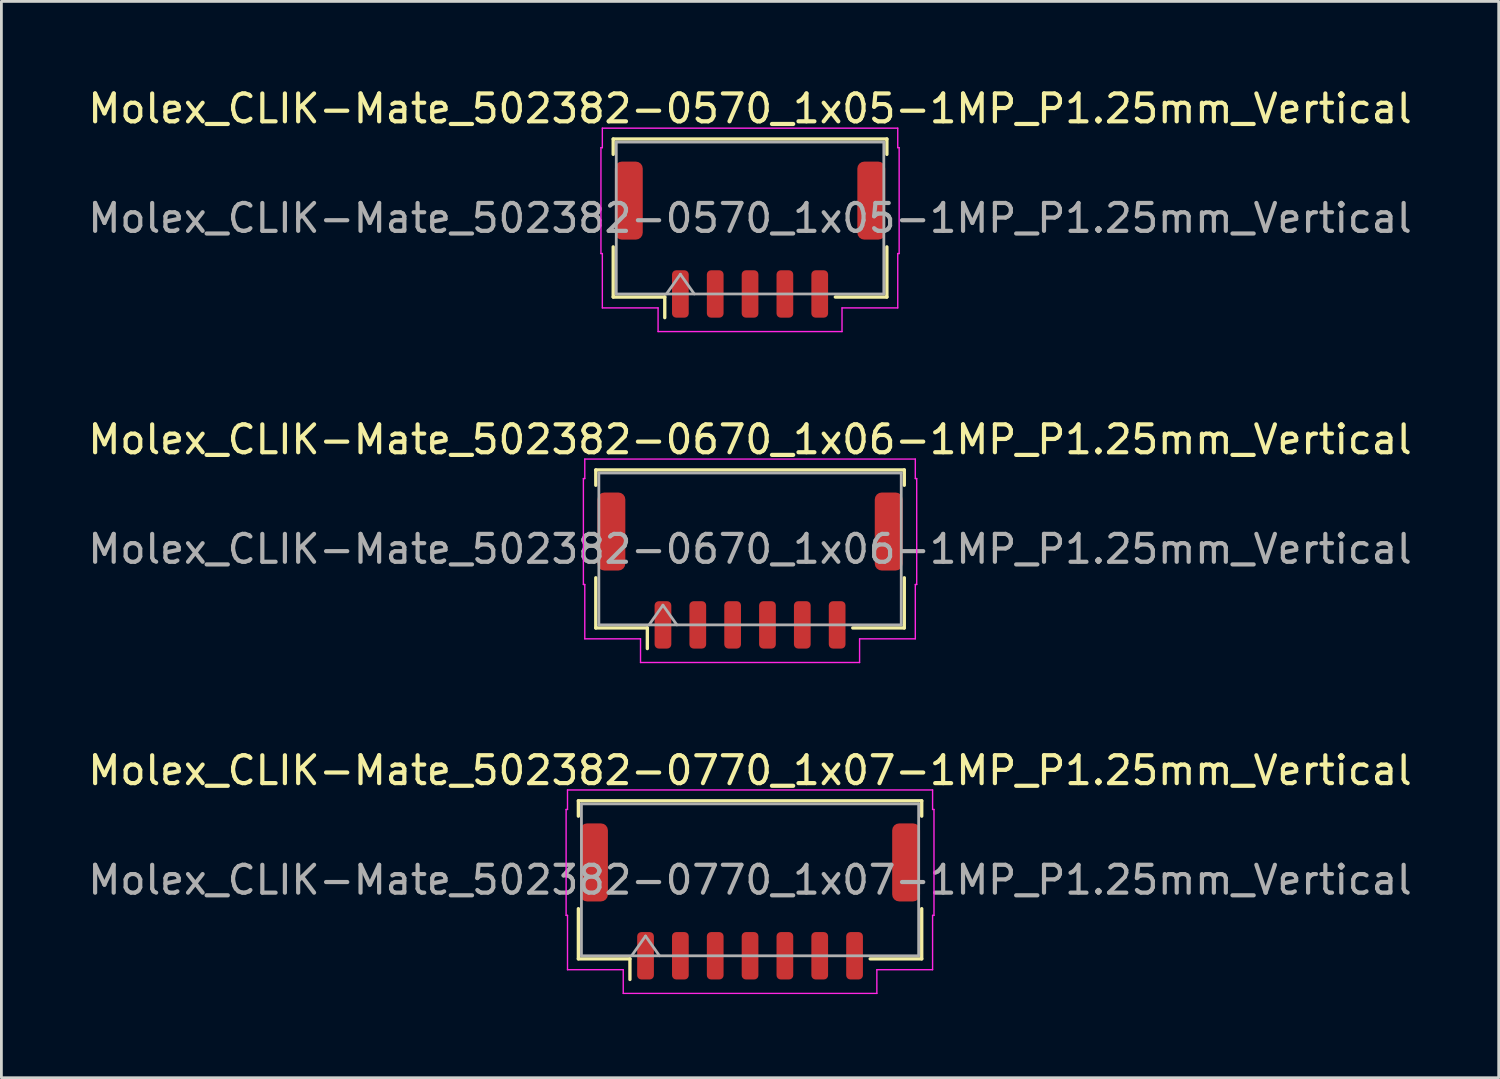
<source format=kicad_pcb>
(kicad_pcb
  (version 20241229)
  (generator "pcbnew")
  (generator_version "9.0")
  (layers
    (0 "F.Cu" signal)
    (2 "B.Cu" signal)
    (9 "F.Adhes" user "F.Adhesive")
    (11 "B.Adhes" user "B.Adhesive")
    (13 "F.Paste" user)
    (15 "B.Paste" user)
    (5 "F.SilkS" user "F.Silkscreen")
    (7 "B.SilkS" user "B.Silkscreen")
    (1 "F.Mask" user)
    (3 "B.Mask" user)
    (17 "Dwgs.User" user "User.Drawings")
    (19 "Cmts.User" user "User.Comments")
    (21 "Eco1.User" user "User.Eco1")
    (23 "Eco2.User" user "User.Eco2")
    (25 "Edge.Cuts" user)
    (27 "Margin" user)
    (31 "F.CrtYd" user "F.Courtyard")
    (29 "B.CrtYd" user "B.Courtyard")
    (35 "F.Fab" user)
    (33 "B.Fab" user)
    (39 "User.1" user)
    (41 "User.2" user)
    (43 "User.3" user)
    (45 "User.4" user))
  (footprint "Molex_CLIK-Mate_502382-0670_1x06-1MP_P1.25mm_Vertical"
    (layer "F.Cu")
    (at 23.863 17.422)
    (property "Reference" "Molex_CLIK-Mate_502382-0670_1x06-1MP_P1.25mm_Vertical" (at 0 -4.7 0) (layer "F.SilkS") (effects (font (size 1 1) (thickness 0.15))))
    (attr smd)
    (fp_line (start -5.535 -3.61) (end 5.535 -3.61) (stroke (width 0.12) (type solid)) (layer "F.SilkS"))
    (fp_line (start -5.535 -3.06) (end -5.535 -3.61) (stroke (width 0.12) (type solid)) (layer "F.SilkS"))
    (fp_line (start -5.535 0.26) (end -5.535 2.06) (stroke (width 0.12) (type solid)) (layer "F.SilkS"))
    (fp_line (start -5.535 2.06) (end -3.685 2.06) (stroke (width 0.12) (type solid)) (layer "F.SilkS"))
    (fp_line (start -3.685 2.06) (end -3.685 2.8) (stroke (width 0.12) (type solid)) (layer "F.SilkS"))
    (fp_line (start 5.535 -3.61) (end 5.535 -3.06) (stroke (width 0.12) (type solid)) (layer "F.SilkS"))
    (fp_line (start 5.535 0.26) (end 5.535 2.06) (stroke (width 0.12) (type solid)) (layer "F.SilkS"))
    (fp_line (start 5.535 2.06) (end 3.685 2.06) (stroke (width 0.12) (type solid)) (layer "F.SilkS"))
    (fp_line (start -5.98 -3.3) (end -5.93 -3.3) (stroke (width 0.05) (type solid)) (layer "F.CrtYd"))
    (fp_line (start -5.98 0.5) (end -5.98 -3.3) (stroke (width 0.05) (type solid)) (layer "F.CrtYd"))
    (fp_line (start -5.93 -4) (end 5.93 -4) (stroke (width 0.05) (type solid)) (layer "F.CrtYd"))
    (fp_line (start -5.93 -3.3) (end -5.93 -4) (stroke (width 0.05) (type solid)) (layer "F.CrtYd"))
    (fp_line (start -5.93 0.5) (end -5.98 0.5) (stroke (width 0.05) (type solid)) (layer "F.CrtYd"))
    (fp_line (start -5.93 2.45) (end -5.93 0.5) (stroke (width 0.05) (type solid)) (layer "F.CrtYd"))
    (fp_line (start -3.93 2.45) (end -5.93 2.45) (stroke (width 0.05) (type solid)) (layer "F.CrtYd"))
    (fp_line (start -3.93 3.3) (end -3.93 2.45) (stroke (width 0.05) (type solid)) (layer "F.CrtYd"))
    (fp_line (start 3.93 2.45) (end 3.93 3.3) (stroke (width 0.05) (type solid)) (layer "F.CrtYd"))
    (fp_line (start 3.93 3.3) (end -3.93 3.3) (stroke (width 0.05) (type solid)) (layer "F.CrtYd"))
    (fp_line (start 5.93 -4) (end 5.93 -3.3) (stroke (width 0.05) (type solid)) (layer "F.CrtYd"))
    (fp_line (start 5.93 -3.3) (end 5.98 -3.3) (stroke (width 0.05) (type solid)) (layer "F.CrtYd"))
    (fp_line (start 5.93 0.5) (end 5.93 2.45) (stroke (width 0.05) (type solid)) (layer "F.CrtYd"))
    (fp_line (start 5.93 2.45) (end 3.93 2.45) (stroke (width 0.05) (type solid)) (layer "F.CrtYd"))
    (fp_line (start 5.98 -3.3) (end 5.98 0.5) (stroke (width 0.05) (type solid)) (layer "F.CrtYd"))
    (fp_line (start 5.98 0.5) (end 5.93 0.5) (stroke (width 0.05) (type solid)) (layer "F.CrtYd"))
    (fp_line (start -5.425 -3.5) (end 5.425 -3.5) (stroke (width 0.1) (type solid)) (layer "F.Fab"))
    (fp_line (start -5.425 1.95) (end -5.425 -3.5) (stroke (width 0.1) (type solid)) (layer "F.Fab"))
    (fp_line (start -5.425 1.95) (end 5.425 1.95) (stroke (width 0.1) (type solid)) (layer "F.Fab"))
    (fp_line (start -3.625 1.95) (end -3.125 1.243) (stroke (width 0.1) (type solid)) (layer "F.Fab"))
    (fp_line (start -3.125 1.243) (end -2.625 1.95) (stroke (width 0.1) (type solid)) (layer "F.Fab"))
    (fp_line (start 5.425 1.95) (end 5.425 -3.5) (stroke (width 0.1) (type solid)) (layer "F.Fab"))
    (fp_text user "${REFERENCE}" (at 0 -0.77 0) (layer "F.Fab") (effects (font (size 1 1) (thickness 0.15))))
    (pad "1" smd roundrect (at -3.125 1.95) (size 0.6 1.7) (layers "F.Cu" "F.Mask" "F.Paste") (roundrect_rratio 0.25))
    (pad "2" smd roundrect (at -1.875 1.95) (size 0.6 1.7) (layers "F.Cu" "F.Mask" "F.Paste") (roundrect_rratio 0.25))
    (pad "3" smd roundrect (at -0.625 1.95) (size 0.6 1.7) (layers "F.Cu" "F.Mask" "F.Paste") (roundrect_rratio 0.25))
    (pad "4" smd roundrect (at 0.625 1.95) (size 0.6 1.7) (layers "F.Cu" "F.Mask" "F.Paste") (roundrect_rratio 0.25))
    (pad "5" smd roundrect (at 1.875 1.95) (size 0.6 1.7) (layers "F.Cu" "F.Mask" "F.Paste") (roundrect_rratio 0.25))
    (pad "6" smd roundrect (at 3.125 1.95) (size 0.6 1.7) (layers "F.Cu" "F.Mask" "F.Paste") (roundrect_rratio 0.25))
    (pad "MP" smd roundrect (at -4.975 -1.4) (size 1 2.8) (layers "F.Cu" "F.Mask" "F.Paste") (roundrect_rratio 0.25))
    (pad "MP" smd roundrect (at 4.975 -1.4) (size 1 2.8) (layers "F.Cu" "F.Mask" "F.Paste") (roundrect_rratio 0.25)))
  (footprint "Molex_CLIK-Mate_502382-0570_1x05-1MP_P1.25mm_Vertical"
    (layer "F.Cu")
    (at 23.863 5.548)
    (property "Reference" "Molex_CLIK-Mate_502382-0570_1x05-1MP_P1.25mm_Vertical" (at 0 -4.7 0) (layer "F.SilkS") (effects (font (size 1 1) (thickness 0.15))))
    (attr smd)
    (fp_line (start -4.91 -3.61) (end 4.91 -3.61) (stroke (width 0.12) (type solid)) (layer "F.SilkS"))
    (fp_line (start -4.91 -3.06) (end -4.91 -3.61) (stroke (width 0.12) (type solid)) (layer "F.SilkS"))
    (fp_line (start -4.91 0.26) (end -4.91 2.06) (stroke (width 0.12) (type solid)) (layer "F.SilkS"))
    (fp_line (start -4.91 2.06) (end -3.06 2.06) (stroke (width 0.12) (type solid)) (layer "F.SilkS"))
    (fp_line (start -3.06 2.06) (end -3.06 2.8) (stroke (width 0.12) (type solid)) (layer "F.SilkS"))
    (fp_line (start 4.91 -3.61) (end 4.91 -3.06) (stroke (width 0.12) (type solid)) (layer "F.SilkS"))
    (fp_line (start 4.91 0.26) (end 4.91 2.06) (stroke (width 0.12) (type solid)) (layer "F.SilkS"))
    (fp_line (start 4.91 2.06) (end 3.06 2.06) (stroke (width 0.12) (type solid)) (layer "F.SilkS"))
    (fp_line (start -5.35 -3.3) (end -5.3 -3.3) (stroke (width 0.05) (type solid)) (layer "F.CrtYd"))
    (fp_line (start -5.35 0.5) (end -5.35 -3.3) (stroke (width 0.05) (type solid)) (layer "F.CrtYd"))
    (fp_line (start -5.3 -4) (end 5.3 -4) (stroke (width 0.05) (type solid)) (layer "F.CrtYd"))
    (fp_line (start -5.3 -3.3) (end -5.3 -4) (stroke (width 0.05) (type solid)) (layer "F.CrtYd"))
    (fp_line (start -5.3 0.5) (end -5.35 0.5) (stroke (width 0.05) (type solid)) (layer "F.CrtYd"))
    (fp_line (start -5.3 2.45) (end -5.3 0.5) (stroke (width 0.05) (type solid)) (layer "F.CrtYd"))
    (fp_line (start -3.3 2.45) (end -5.3 2.45) (stroke (width 0.05) (type solid)) (layer "F.CrtYd"))
    (fp_line (start -3.3 3.3) (end -3.3 2.45) (stroke (width 0.05) (type solid)) (layer "F.CrtYd"))
    (fp_line (start 3.3 2.45) (end 3.3 3.3) (stroke (width 0.05) (type solid)) (layer "F.CrtYd"))
    (fp_line (start 3.3 3.3) (end -3.3 3.3) (stroke (width 0.05) (type solid)) (layer "F.CrtYd"))
    (fp_line (start 5.3 -4) (end 5.3 -3.3) (stroke (width 0.05) (type solid)) (layer "F.CrtYd"))
    (fp_line (start 5.3 -3.3) (end 5.35 -3.3) (stroke (width 0.05) (type solid)) (layer "F.CrtYd"))
    (fp_line (start 5.3 0.5) (end 5.3 2.45) (stroke (width 0.05) (type solid)) (layer "F.CrtYd"))
    (fp_line (start 5.3 2.45) (end 3.3 2.45) (stroke (width 0.05) (type solid)) (layer "F.CrtYd"))
    (fp_line (start 5.35 -3.3) (end 5.35 0.5) (stroke (width 0.05) (type solid)) (layer "F.CrtYd"))
    (fp_line (start 5.35 0.5) (end 5.3 0.5) (stroke (width 0.05) (type solid)) (layer "F.CrtYd"))
    (fp_line (start -4.8 -3.5) (end 4.8 -3.5) (stroke (width 0.1) (type solid)) (layer "F.Fab"))
    (fp_line (start -4.8 1.95) (end -4.8 -3.5) (stroke (width 0.1) (type solid)) (layer "F.Fab"))
    (fp_line (start -4.8 1.95) (end 4.8 1.95) (stroke (width 0.1) (type solid)) (layer "F.Fab"))
    (fp_line (start -3 1.95) (end -2.5 1.243) (stroke (width 0.1) (type solid)) (layer "F.Fab"))
    (fp_line (start -2.5 1.243) (end -2 1.95) (stroke (width 0.1) (type solid)) (layer "F.Fab"))
    (fp_line (start 4.8 1.95) (end 4.8 -3.5) (stroke (width 0.1) (type solid)) (layer "F.Fab"))
    (fp_text user "${REFERENCE}" (at 0 -0.77 0) (layer "F.Fab") (effects (font (size 1 1) (thickness 0.15))))
    (pad "1" smd roundrect (at -2.5 1.95) (size 0.6 1.7) (layers "F.Cu" "F.Mask" "F.Paste") (roundrect_rratio 0.25))
    (pad "2" smd roundrect (at -1.25 1.95) (size 0.6 1.7) (layers "F.Cu" "F.Mask" "F.Paste") (roundrect_rratio 0.25))
    (pad "3" smd roundrect (at 0 1.95) (size 0.6 1.7) (layers "F.Cu" "F.Mask" "F.Paste") (roundrect_rratio 0.25))
    (pad "4" smd roundrect (at 1.25 1.95) (size 0.6 1.7) (layers "F.Cu" "F.Mask" "F.Paste") (roundrect_rratio 0.25))
    (pad "5" smd roundrect (at 2.5 1.95) (size 0.6 1.7) (layers "F.Cu" "F.Mask" "F.Paste") (roundrect_rratio 0.25))
    (pad "MP" smd roundrect (at -4.35 -1.4) (size 1 2.8) (layers "F.Cu" "F.Mask" "F.Paste") (roundrect_rratio 0.25))
    (pad "MP" smd roundrect (at 4.35 -1.4) (size 1 2.8) (layers "F.Cu" "F.Mask" "F.Paste") (roundrect_rratio 0.25)))
  (footprint "Molex_CLIK-Mate_502382-0770_1x07-1MP_P1.25mm_Vertical"
    (layer "F.Cu")
    (at 23.863 29.295)
    (property "Reference" "Molex_CLIK-Mate_502382-0770_1x07-1MP_P1.25mm_Vertical" (at 0 -4.7 0) (layer "F.SilkS") (effects (font (size 1 1) (thickness 0.15))))
    (attr smd)
    (fp_line (start -6.16 -3.61) (end 6.16 -3.61) (stroke (width 0.12) (type solid)) (layer "F.SilkS"))
    (fp_line (start -6.16 -3.06) (end -6.16 -3.61) (stroke (width 0.12) (type solid)) (layer "F.SilkS"))
    (fp_line (start -6.16 0.26) (end -6.16 2.06) (stroke (width 0.12) (type solid)) (layer "F.SilkS"))
    (fp_line (start -6.16 2.06) (end -4.31 2.06) (stroke (width 0.12) (type solid)) (layer "F.SilkS"))
    (fp_line (start -4.31 2.06) (end -4.31 2.8) (stroke (width 0.12) (type solid)) (layer "F.SilkS"))
    (fp_line (start 6.16 -3.61) (end 6.16 -3.06) (stroke (width 0.12) (type solid)) (layer "F.SilkS"))
    (fp_line (start 6.16 0.26) (end 6.16 2.06) (stroke (width 0.12) (type solid)) (layer "F.SilkS"))
    (fp_line (start 6.16 2.06) (end 4.31 2.06) (stroke (width 0.12) (type solid)) (layer "F.SilkS"))
    (fp_line (start -6.6 -3.3) (end -6.55 -3.3) (stroke (width 0.05) (type solid)) (layer "F.CrtYd"))
    (fp_line (start -6.6 0.5) (end -6.6 -3.3) (stroke (width 0.05) (type solid)) (layer "F.CrtYd"))
    (fp_line (start -6.55 -4) (end 6.55 -4) (stroke (width 0.05) (type solid)) (layer "F.CrtYd"))
    (fp_line (start -6.55 -3.3) (end -6.55 -4) (stroke (width 0.05) (type solid)) (layer "F.CrtYd"))
    (fp_line (start -6.55 0.5) (end -6.6 0.5) (stroke (width 0.05) (type solid)) (layer "F.CrtYd"))
    (fp_line (start -6.55 2.45) (end -6.55 0.5) (stroke (width 0.05) (type solid)) (layer "F.CrtYd"))
    (fp_line (start -4.55 2.45) (end -6.55 2.45) (stroke (width 0.05) (type solid)) (layer "F.CrtYd"))
    (fp_line (start -4.55 3.3) (end -4.55 2.45) (stroke (width 0.05) (type solid)) (layer "F.CrtYd"))
    (fp_line (start 4.55 2.45) (end 4.55 3.3) (stroke (width 0.05) (type solid)) (layer "F.CrtYd"))
    (fp_line (start 4.55 3.3) (end -4.55 3.3) (stroke (width 0.05) (type solid)) (layer "F.CrtYd"))
    (fp_line (start 6.55 -4) (end 6.55 -3.3) (stroke (width 0.05) (type solid)) (layer "F.CrtYd"))
    (fp_line (start 6.55 -3.3) (end 6.6 -3.3) (stroke (width 0.05) (type solid)) (layer "F.CrtYd"))
    (fp_line (start 6.55 0.5) (end 6.55 2.45) (stroke (width 0.05) (type solid)) (layer "F.CrtYd"))
    (fp_line (start 6.55 2.45) (end 4.55 2.45) (stroke (width 0.05) (type solid)) (layer "F.CrtYd"))
    (fp_line (start 6.6 -3.3) (end 6.6 0.5) (stroke (width 0.05) (type solid)) (layer "F.CrtYd"))
    (fp_line (start 6.6 0.5) (end 6.55 0.5) (stroke (width 0.05) (type solid)) (layer "F.CrtYd"))
    (fp_line (start -6.05 -3.5) (end 6.05 -3.5) (stroke (width 0.1) (type solid)) (layer "F.Fab"))
    (fp_line (start -6.05 1.95) (end -6.05 -3.5) (stroke (width 0.1) (type solid)) (layer "F.Fab"))
    (fp_line (start -6.05 1.95) (end 6.05 1.95) (stroke (width 0.1) (type solid)) (layer "F.Fab"))
    (fp_line (start -4.25 1.95) (end -3.75 1.243) (stroke (width 0.1) (type solid)) (layer "F.Fab"))
    (fp_line (start -3.75 1.243) (end -3.25 1.95) (stroke (width 0.1) (type solid)) (layer "F.Fab"))
    (fp_line (start 6.05 1.95) (end 6.05 -3.5) (stroke (width 0.1) (type solid)) (layer "F.Fab"))
    (fp_text user "${REFERENCE}" (at 0 -0.77 0) (layer "F.Fab") (effects (font (size 1 1) (thickness 0.15))))
    (pad "1" smd roundrect (at -3.75 1.95) (size 0.6 1.7) (layers "F.Cu" "F.Mask" "F.Paste") (roundrect_rratio 0.25))
    (pad "2" smd roundrect (at -2.5 1.95) (size 0.6 1.7) (layers "F.Cu" "F.Mask" "F.Paste") (roundrect_rratio 0.25))
    (pad "3" smd roundrect (at -1.25 1.95) (size 0.6 1.7) (layers "F.Cu" "F.Mask" "F.Paste") (roundrect_rratio 0.25))
    (pad "4" smd roundrect (at 0 1.95) (size 0.6 1.7) (layers "F.Cu" "F.Mask" "F.Paste") (roundrect_rratio 0.25))
    (pad "5" smd roundrect (at 1.25 1.95) (size 0.6 1.7) (layers "F.Cu" "F.Mask" "F.Paste") (roundrect_rratio 0.25))
    (pad "6" smd roundrect (at 2.5 1.95) (size 0.6 1.7) (layers "F.Cu" "F.Mask" "F.Paste") (roundrect_rratio 0.25))
    (pad "7" smd roundrect (at 3.75 1.95) (size 0.6 1.7) (layers "F.Cu" "F.Mask" "F.Paste") (roundrect_rratio 0.25))
    (pad "MP" smd roundrect (at -5.6 -1.4) (size 1 2.8) (layers "F.Cu" "F.Mask" "F.Paste") (roundrect_rratio 0.25))
    (pad "MP" smd roundrect (at 5.6 -1.4) (size 1 2.8) (layers "F.Cu" "F.Mask" "F.Paste") (roundrect_rratio 0.25)))
  (gr_rect
    (start -3 -3)
    (end 50.726 35.62)
    (stroke (width 0.1) (type default))
    (fill no)
    (layer "Edge.Cuts")))
</source>
